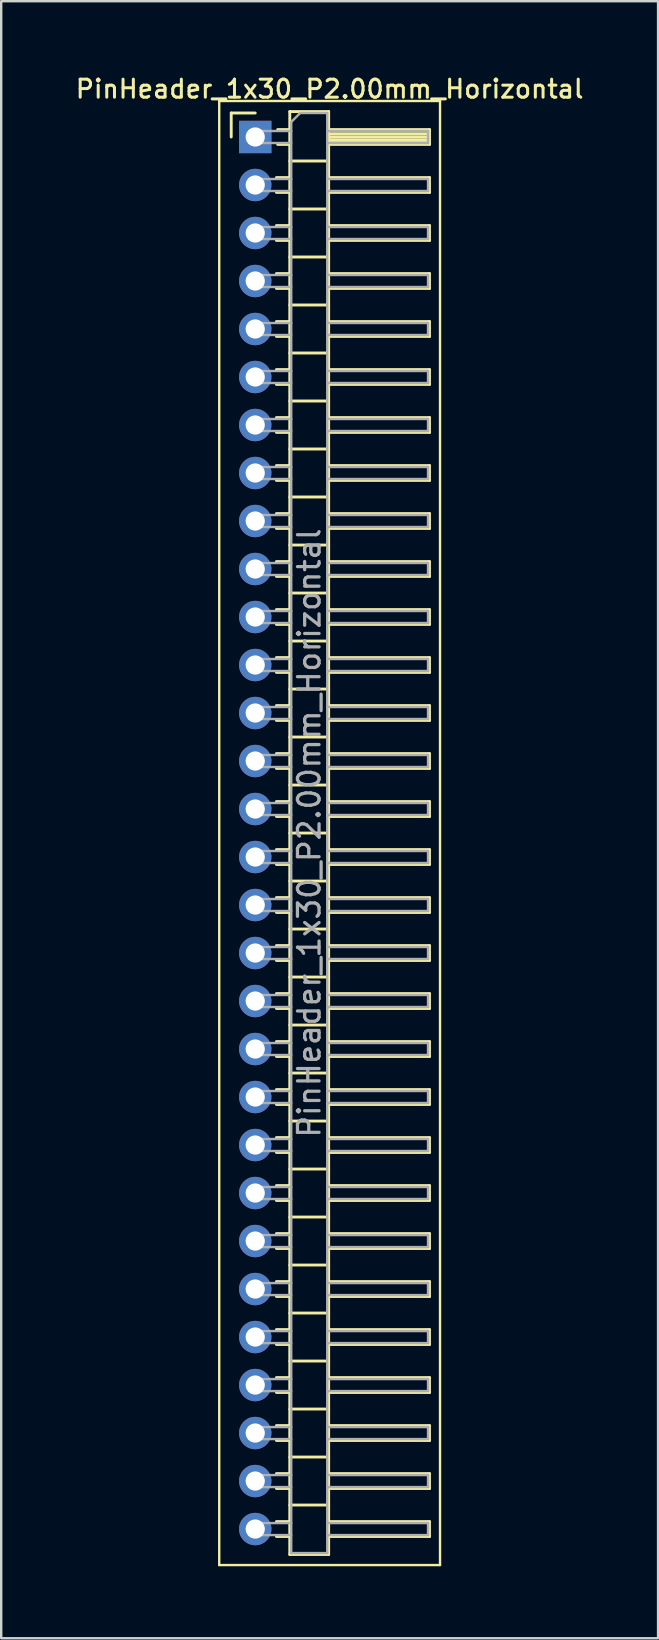
<source format=kicad_pcb>
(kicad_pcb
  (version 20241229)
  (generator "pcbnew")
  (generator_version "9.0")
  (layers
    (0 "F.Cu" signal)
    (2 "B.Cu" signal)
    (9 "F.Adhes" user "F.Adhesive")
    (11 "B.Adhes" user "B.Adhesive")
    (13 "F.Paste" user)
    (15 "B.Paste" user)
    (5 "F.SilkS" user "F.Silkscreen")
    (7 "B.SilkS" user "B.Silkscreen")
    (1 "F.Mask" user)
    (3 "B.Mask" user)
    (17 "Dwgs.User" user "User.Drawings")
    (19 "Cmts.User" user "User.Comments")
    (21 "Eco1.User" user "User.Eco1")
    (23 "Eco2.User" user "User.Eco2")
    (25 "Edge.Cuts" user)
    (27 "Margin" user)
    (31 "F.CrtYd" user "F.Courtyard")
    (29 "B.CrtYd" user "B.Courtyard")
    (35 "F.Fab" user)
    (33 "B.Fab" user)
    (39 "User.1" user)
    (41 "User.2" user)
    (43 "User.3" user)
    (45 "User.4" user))
  (footprint "PinHeader_1x30_P2.00mm_Horizontal"
    (layer "F.Cu")
    (at 7.584 2.658)
    (property "Reference" "PinHeader_1x30_P2.00mm_Horizontal" (at 3.1 -2 0) (layer "F.SilkS") (effects (font (size 0.75 0.75) (thickness 0.125))))
    (attr through_hole)
    (fp_line (start -1.5 -1.5) (end -1.5 59.5) (stroke (width 0.1) (type solid)) (layer "F.SilkS"))
    (fp_line (start -1.5 59.5) (end 7.7 59.5) (stroke (width 0.1) (type solid)) (layer "F.SilkS"))
    (fp_line (start -1 -1) (end 0 -1) (stroke (width 0.12) (type solid)) (layer "F.SilkS"))
    (fp_line (start -1 0) (end -1 -1) (stroke (width 0.12) (type solid)) (layer "F.SilkS"))
    (fp_line (start 0.882 1.69) (end 1.44 1.69) (stroke (width 0.12) (type solid)) (layer "F.SilkS"))
    (fp_line (start 0.882 2.31) (end 1.44 2.31) (stroke (width 0.12) (type solid)) (layer "F.SilkS"))
    (fp_line (start 0.882 3.69) (end 1.44 3.69) (stroke (width 0.12) (type solid)) (layer "F.SilkS"))
    (fp_line (start 0.882 4.31) (end 1.44 4.31) (stroke (width 0.12) (type solid)) (layer "F.SilkS"))
    (fp_line (start 0.882 5.69) (end 1.44 5.69) (stroke (width 0.12) (type solid)) (layer "F.SilkS"))
    (fp_line (start 0.882 6.31) (end 1.44 6.31) (stroke (width 0.12) (type solid)) (layer "F.SilkS"))
    (fp_line (start 0.882 7.69) (end 1.44 7.69) (stroke (width 0.12) (type solid)) (layer "F.SilkS"))
    (fp_line (start 0.882 8.31) (end 1.44 8.31) (stroke (width 0.12) (type solid)) (layer "F.SilkS"))
    (fp_line (start 0.882 9.69) (end 1.44 9.69) (stroke (width 0.12) (type solid)) (layer "F.SilkS"))
    (fp_line (start 0.882 10.31) (end 1.44 10.31) (stroke (width 0.12) (type solid)) (layer "F.SilkS"))
    (fp_line (start 0.882 11.69) (end 1.44 11.69) (stroke (width 0.12) (type solid)) (layer "F.SilkS"))
    (fp_line (start 0.882 12.31) (end 1.44 12.31) (stroke (width 0.12) (type solid)) (layer "F.SilkS"))
    (fp_line (start 0.882 13.69) (end 1.44 13.69) (stroke (width 0.12) (type solid)) (layer "F.SilkS"))
    (fp_line (start 0.882 14.31) (end 1.44 14.31) (stroke (width 0.12) (type solid)) (layer "F.SilkS"))
    (fp_line (start 0.882 15.69) (end 1.44 15.69) (stroke (width 0.12) (type solid)) (layer "F.SilkS"))
    (fp_line (start 0.882 16.31) (end 1.44 16.31) (stroke (width 0.12) (type solid)) (layer "F.SilkS"))
    (fp_line (start 0.882 17.69) (end 1.44 17.69) (stroke (width 0.12) (type solid)) (layer "F.SilkS"))
    (fp_line (start 0.882 18.31) (end 1.44 18.31) (stroke (width 0.12) (type solid)) (layer "F.SilkS"))
    (fp_line (start 0.882 19.69) (end 1.44 19.69) (stroke (width 0.12) (type solid)) (layer "F.SilkS"))
    (fp_line (start 0.882 20.31) (end 1.44 20.31) (stroke (width 0.12) (type solid)) (layer "F.SilkS"))
    (fp_line (start 0.882 21.69) (end 1.44 21.69) (stroke (width 0.12) (type solid)) (layer "F.SilkS"))
    (fp_line (start 0.882 22.31) (end 1.44 22.31) (stroke (width 0.12) (type solid)) (layer "F.SilkS"))
    (fp_line (start 0.882 23.69) (end 1.44 23.69) (stroke (width 0.12) (type solid)) (layer "F.SilkS"))
    (fp_line (start 0.882 24.31) (end 1.44 24.31) (stroke (width 0.12) (type solid)) (layer "F.SilkS"))
    (fp_line (start 0.882 25.69) (end 1.44 25.69) (stroke (width 0.12) (type solid)) (layer "F.SilkS"))
    (fp_line (start 0.882 26.31) (end 1.44 26.31) (stroke (width 0.12) (type solid)) (layer "F.SilkS"))
    (fp_line (start 0.882 27.69) (end 1.44 27.69) (stroke (width 0.12) (type solid)) (layer "F.SilkS"))
    (fp_line (start 0.882 28.31) (end 1.44 28.31) (stroke (width 0.12) (type solid)) (layer "F.SilkS"))
    (fp_line (start 0.882 29.69) (end 1.44 29.69) (stroke (width 0.12) (type solid)) (layer "F.SilkS"))
    (fp_line (start 0.882 30.31) (end 1.44 30.31) (stroke (width 0.12) (type solid)) (layer "F.SilkS"))
    (fp_line (start 0.882 31.69) (end 1.44 31.69) (stroke (width 0.12) (type solid)) (layer "F.SilkS"))
    (fp_line (start 0.882 32.31) (end 1.44 32.31) (stroke (width 0.12) (type solid)) (layer "F.SilkS"))
    (fp_line (start 0.882 33.69) (end 1.44 33.69) (stroke (width 0.12) (type solid)) (layer "F.SilkS"))
    (fp_line (start 0.882 34.31) (end 1.44 34.31) (stroke (width 0.12) (type solid)) (layer "F.SilkS"))
    (fp_line (start 0.882 35.69) (end 1.44 35.69) (stroke (width 0.12) (type solid)) (layer "F.SilkS"))
    (fp_line (start 0.882 36.31) (end 1.44 36.31) (stroke (width 0.12) (type solid)) (layer "F.SilkS"))
    (fp_line (start 0.882 37.69) (end 1.44 37.69) (stroke (width 0.12) (type solid)) (layer "F.SilkS"))
    (fp_line (start 0.882 38.31) (end 1.44 38.31) (stroke (width 0.12) (type solid)) (layer "F.SilkS"))
    (fp_line (start 0.882 39.69) (end 1.44 39.69) (stroke (width 0.12) (type solid)) (layer "F.SilkS"))
    (fp_line (start 0.882 40.31) (end 1.44 40.31) (stroke (width 0.12) (type solid)) (layer "F.SilkS"))
    (fp_line (start 0.882 41.69) (end 1.44 41.69) (stroke (width 0.12) (type solid)) (layer "F.SilkS"))
    (fp_line (start 0.882 42.31) (end 1.44 42.31) (stroke (width 0.12) (type solid)) (layer "F.SilkS"))
    (fp_line (start 0.882 43.69) (end 1.44 43.69) (stroke (width 0.12) (type solid)) (layer "F.SilkS"))
    (fp_line (start 0.882 44.31) (end 1.44 44.31) (stroke (width 0.12) (type solid)) (layer "F.SilkS"))
    (fp_line (start 0.882 45.69) (end 1.44 45.69) (stroke (width 0.12) (type solid)) (layer "F.SilkS"))
    (fp_line (start 0.882 46.31) (end 1.44 46.31) (stroke (width 0.12) (type solid)) (layer "F.SilkS"))
    (fp_line (start 0.882 47.69) (end 1.44 47.69) (stroke (width 0.12) (type solid)) (layer "F.SilkS"))
    (fp_line (start 0.882 48.31) (end 1.44 48.31) (stroke (width 0.12) (type solid)) (layer "F.SilkS"))
    (fp_line (start 0.882 49.69) (end 1.44 49.69) (stroke (width 0.12) (type solid)) (layer "F.SilkS"))
    (fp_line (start 0.882 50.31) (end 1.44 50.31) (stroke (width 0.12) (type solid)) (layer "F.SilkS"))
    (fp_line (start 0.882 51.69) (end 1.44 51.69) (stroke (width 0.12) (type solid)) (layer "F.SilkS"))
    (fp_line (start 0.882 52.31) (end 1.44 52.31) (stroke (width 0.12) (type solid)) (layer "F.SilkS"))
    (fp_line (start 0.882 53.69) (end 1.44 53.69) (stroke (width 0.12) (type solid)) (layer "F.SilkS"))
    (fp_line (start 0.882 54.31) (end 1.44 54.31) (stroke (width 0.12) (type solid)) (layer "F.SilkS"))
    (fp_line (start 0.882 55.69) (end 1.44 55.69) (stroke (width 0.12) (type solid)) (layer "F.SilkS"))
    (fp_line (start 0.882 56.31) (end 1.44 56.31) (stroke (width 0.12) (type solid)) (layer "F.SilkS"))
    (fp_line (start 0.882 57.69) (end 1.44 57.69) (stroke (width 0.12) (type solid)) (layer "F.SilkS"))
    (fp_line (start 0.882 58.31) (end 1.44 58.31) (stroke (width 0.12) (type solid)) (layer "F.SilkS"))
    (fp_line (start 0.935 -0.31) (end 1.44 -0.31) (stroke (width 0.12) (type solid)) (layer "F.SilkS"))
    (fp_line (start 0.935 0.31) (end 1.44 0.31) (stroke (width 0.12) (type solid)) (layer "F.SilkS"))
    (fp_line (start 1.44 -1.06) (end 1.44 59.06) (stroke (width 0.12) (type solid)) (layer "F.SilkS"))
    (fp_line (start 1.44 1) (end 3.06 1) (stroke (width 0.12) (type solid)) (layer "F.SilkS"))
    (fp_line (start 1.44 3) (end 3.06 3) (stroke (width 0.12) (type solid)) (layer "F.SilkS"))
    (fp_line (start 1.44 5) (end 3.06 5) (stroke (width 0.12) (type solid)) (layer "F.SilkS"))
    (fp_line (start 1.44 7) (end 3.06 7) (stroke (width 0.12) (type solid)) (layer "F.SilkS"))
    (fp_line (start 1.44 9) (end 3.06 9) (stroke (width 0.12) (type solid)) (layer "F.SilkS"))
    (fp_line (start 1.44 11) (end 3.06 11) (stroke (width 0.12) (type solid)) (layer "F.SilkS"))
    (fp_line (start 1.44 13) (end 3.06 13) (stroke (width 0.12) (type solid)) (layer "F.SilkS"))
    (fp_line (start 1.44 15) (end 3.06 15) (stroke (width 0.12) (type solid)) (layer "F.SilkS"))
    (fp_line (start 1.44 17) (end 3.06 17) (stroke (width 0.12) (type solid)) (layer "F.SilkS"))
    (fp_line (start 1.44 19) (end 3.06 19) (stroke (width 0.12) (type solid)) (layer "F.SilkS"))
    (fp_line (start 1.44 21) (end 3.06 21) (stroke (width 0.12) (type solid)) (layer "F.SilkS"))
    (fp_line (start 1.44 23) (end 3.06 23) (stroke (width 0.12) (type solid)) (layer "F.SilkS"))
    (fp_line (start 1.44 25) (end 3.06 25) (stroke (width 0.12) (type solid)) (layer "F.SilkS"))
    (fp_line (start 1.44 27) (end 3.06 27) (stroke (width 0.12) (type solid)) (layer "F.SilkS"))
    (fp_line (start 1.44 29) (end 3.06 29) (stroke (width 0.12) (type solid)) (layer "F.SilkS"))
    (fp_line (start 1.44 31) (end 3.06 31) (stroke (width 0.12) (type solid)) (layer "F.SilkS"))
    (fp_line (start 1.44 33) (end 3.06 33) (stroke (width 0.12) (type solid)) (layer "F.SilkS"))
    (fp_line (start 1.44 35) (end 3.06 35) (stroke (width 0.12) (type solid)) (layer "F.SilkS"))
    (fp_line (start 1.44 37) (end 3.06 37) (stroke (width 0.12) (type solid)) (layer "F.SilkS"))
    (fp_line (start 1.44 39) (end 3.06 39) (stroke (width 0.12) (type solid)) (layer "F.SilkS"))
    (fp_line (start 1.44 41) (end 3.06 41) (stroke (width 0.12) (type solid)) (layer "F.SilkS"))
    (fp_line (start 1.44 43) (end 3.06 43) (stroke (width 0.12) (type solid)) (layer "F.SilkS"))
    (fp_line (start 1.44 45) (end 3.06 45) (stroke (width 0.12) (type solid)) (layer "F.SilkS"))
    (fp_line (start 1.44 47) (end 3.06 47) (stroke (width 0.12) (type solid)) (layer "F.SilkS"))
    (fp_line (start 1.44 49) (end 3.06 49) (stroke (width 0.12) (type solid)) (layer "F.SilkS"))
    (fp_line (start 1.44 51) (end 3.06 51) (stroke (width 0.12) (type solid)) (layer "F.SilkS"))
    (fp_line (start 1.44 53) (end 3.06 53) (stroke (width 0.12) (type solid)) (layer "F.SilkS"))
    (fp_line (start 1.44 55) (end 3.06 55) (stroke (width 0.12) (type solid)) (layer "F.SilkS"))
    (fp_line (start 1.44 57) (end 3.06 57) (stroke (width 0.12) (type solid)) (layer "F.SilkS"))
    (fp_line (start 1.44 59.06) (end 3.06 59.06) (stroke (width 0.12) (type solid)) (layer "F.SilkS"))
    (fp_line (start 3.06 -1.06) (end 1.44 -1.06) (stroke (width 0.12) (type solid)) (layer "F.SilkS"))
    (fp_line (start 3.06 -0.31) (end 7.26 -0.31) (stroke (width 0.12) (type solid)) (layer "F.SilkS"))
    (fp_line (start 3.06 -0.25) (end 7.26 -0.25) (stroke (width 0.12) (type solid)) (layer "F.SilkS"))
    (fp_line (start 3.06 -0.13) (end 7.26 -0.13) (stroke (width 0.12) (type solid)) (layer "F.SilkS"))
    (fp_line (start 3.06 -0.01) (end 7.26 -0.01) (stroke (width 0.12) (type solid)) (layer "F.SilkS"))
    (fp_line (start 3.06 0.11) (end 7.26 0.11) (stroke (width 0.12) (type solid)) (layer "F.SilkS"))
    (fp_line (start 3.06 0.23) (end 7.26 0.23) (stroke (width 0.12) (type solid)) (layer "F.SilkS"))
    (fp_line (start 3.06 1.69) (end 7.26 1.69) (stroke (width 0.12) (type solid)) (layer "F.SilkS"))
    (fp_line (start 3.06 3.69) (end 7.26 3.69) (stroke (width 0.12) (type solid)) (layer "F.SilkS"))
    (fp_line (start 3.06 5.69) (end 7.26 5.69) (stroke (width 0.12) (type solid)) (layer "F.SilkS"))
    (fp_line (start 3.06 7.69) (end 7.26 7.69) (stroke (width 0.12) (type solid)) (layer "F.SilkS"))
    (fp_line (start 3.06 9.69) (end 7.26 9.69) (stroke (width 0.12) (type solid)) (layer "F.SilkS"))
    (fp_line (start 3.06 11.69) (end 7.26 11.69) (stroke (width 0.12) (type solid)) (layer "F.SilkS"))
    (fp_line (start 3.06 13.69) (end 7.26 13.69) (stroke (width 0.12) (type solid)) (layer "F.SilkS"))
    (fp_line (start 3.06 15.69) (end 7.26 15.69) (stroke (width 0.12) (type solid)) (layer "F.SilkS"))
    (fp_line (start 3.06 17.69) (end 7.26 17.69) (stroke (width 0.12) (type solid)) (layer "F.SilkS"))
    (fp_line (start 3.06 19.69) (end 7.26 19.69) (stroke (width 0.12) (type solid)) (layer "F.SilkS"))
    (fp_line (start 3.06 21.69) (end 7.26 21.69) (stroke (width 0.12) (type solid)) (layer "F.SilkS"))
    (fp_line (start 3.06 23.69) (end 7.26 23.69) (stroke (width 0.12) (type solid)) (layer "F.SilkS"))
    (fp_line (start 3.06 25.69) (end 7.26 25.69) (stroke (width 0.12) (type solid)) (layer "F.SilkS"))
    (fp_line (start 3.06 27.69) (end 7.26 27.69) (stroke (width 0.12) (type solid)) (layer "F.SilkS"))
    (fp_line (start 3.06 29.69) (end 7.26 29.69) (stroke (width 0.12) (type solid)) (layer "F.SilkS"))
    (fp_line (start 3.06 31.69) (end 7.26 31.69) (stroke (width 0.12) (type solid)) (layer "F.SilkS"))
    (fp_line (start 3.06 33.69) (end 7.26 33.69) (stroke (width 0.12) (type solid)) (layer "F.SilkS"))
    (fp_line (start 3.06 35.69) (end 7.26 35.69) (stroke (width 0.12) (type solid)) (layer "F.SilkS"))
    (fp_line (start 3.06 37.69) (end 7.26 37.69) (stroke (width 0.12) (type solid)) (layer "F.SilkS"))
    (fp_line (start 3.06 39.69) (end 7.26 39.69) (stroke (width 0.12) (type solid)) (layer "F.SilkS"))
    (fp_line (start 3.06 41.69) (end 7.26 41.69) (stroke (width 0.12) (type solid)) (layer "F.SilkS"))
    (fp_line (start 3.06 43.69) (end 7.26 43.69) (stroke (width 0.12) (type solid)) (layer "F.SilkS"))
    (fp_line (start 3.06 45.69) (end 7.26 45.69) (stroke (width 0.12) (type solid)) (layer "F.SilkS"))
    (fp_line (start 3.06 47.69) (end 7.26 47.69) (stroke (width 0.12) (type solid)) (layer "F.SilkS"))
    (fp_line (start 3.06 49.69) (end 7.26 49.69) (stroke (width 0.12) (type solid)) (layer "F.SilkS"))
    (fp_line (start 3.06 51.69) (end 7.26 51.69) (stroke (width 0.12) (type solid)) (layer "F.SilkS"))
    (fp_line (start 3.06 53.69) (end 7.26 53.69) (stroke (width 0.12) (type solid)) (layer "F.SilkS"))
    (fp_line (start 3.06 55.69) (end 7.26 55.69) (stroke (width 0.12) (type solid)) (layer "F.SilkS"))
    (fp_line (start 3.06 57.69) (end 7.26 57.69) (stroke (width 0.12) (type solid)) (layer "F.SilkS"))
    (fp_line (start 3.06 59.06) (end 3.06 -1.06) (stroke (width 0.12) (type solid)) (layer "F.SilkS"))
    (fp_line (start 7.26 -0.31) (end 7.26 0.31) (stroke (width 0.12) (type solid)) (layer "F.SilkS"))
    (fp_line (start 7.26 0.31) (end 3.06 0.31) (stroke (width 0.12) (type solid)) (layer "F.SilkS"))
    (fp_line (start 7.26 1.69) (end 7.26 2.31) (stroke (width 0.12) (type solid)) (layer "F.SilkS"))
    (fp_line (start 7.26 2.31) (end 3.06 2.31) (stroke (width 0.12) (type solid)) (layer "F.SilkS"))
    (fp_line (start 7.26 3.69) (end 7.26 4.31) (stroke (width 0.12) (type solid)) (layer "F.SilkS"))
    (fp_line (start 7.26 4.31) (end 3.06 4.31) (stroke (width 0.12) (type solid)) (layer "F.SilkS"))
    (fp_line (start 7.26 5.69) (end 7.26 6.31) (stroke (width 0.12) (type solid)) (layer "F.SilkS"))
    (fp_line (start 7.26 6.31) (end 3.06 6.31) (stroke (width 0.12) (type solid)) (layer "F.SilkS"))
    (fp_line (start 7.26 7.69) (end 7.26 8.31) (stroke (width 0.12) (type solid)) (layer "F.SilkS"))
    (fp_line (start 7.26 8.31) (end 3.06 8.31) (stroke (width 0.12) (type solid)) (layer "F.SilkS"))
    (fp_line (start 7.26 9.69) (end 7.26 10.31) (stroke (width 0.12) (type solid)) (layer "F.SilkS"))
    (fp_line (start 7.26 10.31) (end 3.06 10.31) (stroke (width 0.12) (type solid)) (layer "F.SilkS"))
    (fp_line (start 7.26 11.69) (end 7.26 12.31) (stroke (width 0.12) (type solid)) (layer "F.SilkS"))
    (fp_line (start 7.26 12.31) (end 3.06 12.31) (stroke (width 0.12) (type solid)) (layer "F.SilkS"))
    (fp_line (start 7.26 13.69) (end 7.26 14.31) (stroke (width 0.12) (type solid)) (layer "F.SilkS"))
    (fp_line (start 7.26 14.31) (end 3.06 14.31) (stroke (width 0.12) (type solid)) (layer "F.SilkS"))
    (fp_line (start 7.26 15.69) (end 7.26 16.31) (stroke (width 0.12) (type solid)) (layer "F.SilkS"))
    (fp_line (start 7.26 16.31) (end 3.06 16.31) (stroke (width 0.12) (type solid)) (layer "F.SilkS"))
    (fp_line (start 7.26 17.69) (end 7.26 18.31) (stroke (width 0.12) (type solid)) (layer "F.SilkS"))
    (fp_line (start 7.26 18.31) (end 3.06 18.31) (stroke (width 0.12) (type solid)) (layer "F.SilkS"))
    (fp_line (start 7.26 19.69) (end 7.26 20.31) (stroke (width 0.12) (type solid)) (layer "F.SilkS"))
    (fp_line (start 7.26 20.31) (end 3.06 20.31) (stroke (width 0.12) (type solid)) (layer "F.SilkS"))
    (fp_line (start 7.26 21.69) (end 7.26 22.31) (stroke (width 0.12) (type solid)) (layer "F.SilkS"))
    (fp_line (start 7.26 22.31) (end 3.06 22.31) (stroke (width 0.12) (type solid)) (layer "F.SilkS"))
    (fp_line (start 7.26 23.69) (end 7.26 24.31) (stroke (width 0.12) (type solid)) (layer "F.SilkS"))
    (fp_line (start 7.26 24.31) (end 3.06 24.31) (stroke (width 0.12) (type solid)) (layer "F.SilkS"))
    (fp_line (start 7.26 25.69) (end 7.26 26.31) (stroke (width 0.12) (type solid)) (layer "F.SilkS"))
    (fp_line (start 7.26 26.31) (end 3.06 26.31) (stroke (width 0.12) (type solid)) (layer "F.SilkS"))
    (fp_line (start 7.26 27.69) (end 7.26 28.31) (stroke (width 0.12) (type solid)) (layer "F.SilkS"))
    (fp_line (start 7.26 28.31) (end 3.06 28.31) (stroke (width 0.12) (type solid)) (layer "F.SilkS"))
    (fp_line (start 7.26 29.69) (end 7.26 30.31) (stroke (width 0.12) (type solid)) (layer "F.SilkS"))
    (fp_line (start 7.26 30.31) (end 3.06 30.31) (stroke (width 0.12) (type solid)) (layer "F.SilkS"))
    (fp_line (start 7.26 31.69) (end 7.26 32.31) (stroke (width 0.12) (type solid)) (layer "F.SilkS"))
    (fp_line (start 7.26 32.31) (end 3.06 32.31) (stroke (width 0.12) (type solid)) (layer "F.SilkS"))
    (fp_line (start 7.26 33.69) (end 7.26 34.31) (stroke (width 0.12) (type solid)) (layer "F.SilkS"))
    (fp_line (start 7.26 34.31) (end 3.06 34.31) (stroke (width 0.12) (type solid)) (layer "F.SilkS"))
    (fp_line (start 7.26 35.69) (end 7.26 36.31) (stroke (width 0.12) (type solid)) (layer "F.SilkS"))
    (fp_line (start 7.26 36.31) (end 3.06 36.31) (stroke (width 0.12) (type solid)) (layer "F.SilkS"))
    (fp_line (start 7.26 37.69) (end 7.26 38.31) (stroke (width 0.12) (type solid)) (layer "F.SilkS"))
    (fp_line (start 7.26 38.31) (end 3.06 38.31) (stroke (width 0.12) (type solid)) (layer "F.SilkS"))
    (fp_line (start 7.26 39.69) (end 7.26 40.31) (stroke (width 0.12) (type solid)) (layer "F.SilkS"))
    (fp_line (start 7.26 40.31) (end 3.06 40.31) (stroke (width 0.12) (type solid)) (layer "F.SilkS"))
    (fp_line (start 7.26 41.69) (end 7.26 42.31) (stroke (width 0.12) (type solid)) (layer "F.SilkS"))
    (fp_line (start 7.26 42.31) (end 3.06 42.31) (stroke (width 0.12) (type solid)) (layer "F.SilkS"))
    (fp_line (start 7.26 43.69) (end 7.26 44.31) (stroke (width 0.12) (type solid)) (layer "F.SilkS"))
    (fp_line (start 7.26 44.31) (end 3.06 44.31) (stroke (width 0.12) (type solid)) (layer "F.SilkS"))
    (fp_line (start 7.26 45.69) (end 7.26 46.31) (stroke (width 0.12) (type solid)) (layer "F.SilkS"))
    (fp_line (start 7.26 46.31) (end 3.06 46.31) (stroke (width 0.12) (type solid)) (layer "F.SilkS"))
    (fp_line (start 7.26 47.69) (end 7.26 48.31) (stroke (width 0.12) (type solid)) (layer "F.SilkS"))
    (fp_line (start 7.26 48.31) (end 3.06 48.31) (stroke (width 0.12) (type solid)) (layer "F.SilkS"))
    (fp_line (start 7.26 49.69) (end 7.26 50.31) (stroke (width 0.12) (type solid)) (layer "F.SilkS"))
    (fp_line (start 7.26 50.31) (end 3.06 50.31) (stroke (width 0.12) (type solid)) (layer "F.SilkS"))
    (fp_line (start 7.26 51.69) (end 7.26 52.31) (stroke (width 0.12) (type solid)) (layer "F.SilkS"))
    (fp_line (start 7.26 52.31) (end 3.06 52.31) (stroke (width 0.12) (type solid)) (layer "F.SilkS"))
    (fp_line (start 7.26 53.69) (end 7.26 54.31) (stroke (width 0.12) (type solid)) (layer "F.SilkS"))
    (fp_line (start 7.26 54.31) (end 3.06 54.31) (stroke (width 0.12) (type solid)) (layer "F.SilkS"))
    (fp_line (start 7.26 55.69) (end 7.26 56.31) (stroke (width 0.12) (type solid)) (layer "F.SilkS"))
    (fp_line (start 7.26 56.31) (end 3.06 56.31) (stroke (width 0.12) (type solid)) (layer "F.SilkS"))
    (fp_line (start 7.26 57.69) (end 7.26 58.31) (stroke (width 0.12) (type solid)) (layer "F.SilkS"))
    (fp_line (start 7.26 58.31) (end 3.06 58.31) (stroke (width 0.12) (type solid)) (layer "F.SilkS"))
    (fp_line (start 7.7 -1.5) (end -1.5 -1.5) (stroke (width 0.1) (type solid)) (layer "F.SilkS"))
    (fp_line (start 7.7 59.5) (end 7.7 -1.5) (stroke (width 0.1) (type solid)) (layer "F.SilkS"))
    (fp_line (start -0.25 -0.25) (end -0.25 0.25) (stroke (width 0.1) (type solid)) (layer "F.Fab"))
    (fp_line (start -0.25 -0.25) (end 1.5 -0.25) (stroke (width 0.1) (type solid)) (layer "F.Fab"))
    (fp_line (start -0.25 0.25) (end 1.5 0.25) (stroke (width 0.1) (type solid)) (layer "F.Fab"))
    (fp_line (start -0.25 1.75) (end -0.25 2.25) (stroke (width 0.1) (type solid)) (layer "F.Fab"))
    (fp_line (start -0.25 1.75) (end 1.5 1.75) (stroke (width 0.1) (type solid)) (layer "F.Fab"))
    (fp_line (start -0.25 2.25) (end 1.5 2.25) (stroke (width 0.1) (type solid)) (layer "F.Fab"))
    (fp_line (start -0.25 3.75) (end -0.25 4.25) (stroke (width 0.1) (type solid)) (layer "F.Fab"))
    (fp_line (start -0.25 3.75) (end 1.5 3.75) (stroke (width 0.1) (type solid)) (layer "F.Fab"))
    (fp_line (start -0.25 4.25) (end 1.5 4.25) (stroke (width 0.1) (type solid)) (layer "F.Fab"))
    (fp_line (start -0.25 5.75) (end -0.25 6.25) (stroke (width 0.1) (type solid)) (layer "F.Fab"))
    (fp_line (start -0.25 5.75) (end 1.5 5.75) (stroke (width 0.1) (type solid)) (layer "F.Fab"))
    (fp_line (start -0.25 6.25) (end 1.5 6.25) (stroke (width 0.1) (type solid)) (layer "F.Fab"))
    (fp_line (start -0.25 7.75) (end -0.25 8.25) (stroke (width 0.1) (type solid)) (layer "F.Fab"))
    (fp_line (start -0.25 7.75) (end 1.5 7.75) (stroke (width 0.1) (type solid)) (layer "F.Fab"))
    (fp_line (start -0.25 8.25) (end 1.5 8.25) (stroke (width 0.1) (type solid)) (layer "F.Fab"))
    (fp_line (start -0.25 9.75) (end -0.25 10.25) (stroke (width 0.1) (type solid)) (layer "F.Fab"))
    (fp_line (start -0.25 9.75) (end 1.5 9.75) (stroke (width 0.1) (type solid)) (layer "F.Fab"))
    (fp_line (start -0.25 10.25) (end 1.5 10.25) (stroke (width 0.1) (type solid)) (layer "F.Fab"))
    (fp_line (start -0.25 11.75) (end -0.25 12.25) (stroke (width 0.1) (type solid)) (layer "F.Fab"))
    (fp_line (start -0.25 11.75) (end 1.5 11.75) (stroke (width 0.1) (type solid)) (layer "F.Fab"))
    (fp_line (start -0.25 12.25) (end 1.5 12.25) (stroke (width 0.1) (type solid)) (layer "F.Fab"))
    (fp_line (start -0.25 13.75) (end -0.25 14.25) (stroke (width 0.1) (type solid)) (layer "F.Fab"))
    (fp_line (start -0.25 13.75) (end 1.5 13.75) (stroke (width 0.1) (type solid)) (layer "F.Fab"))
    (fp_line (start -0.25 14.25) (end 1.5 14.25) (stroke (width 0.1) (type solid)) (layer "F.Fab"))
    (fp_line (start -0.25 15.75) (end -0.25 16.25) (stroke (width 0.1) (type solid)) (layer "F.Fab"))
    (fp_line (start -0.25 15.75) (end 1.5 15.75) (stroke (width 0.1) (type solid)) (layer "F.Fab"))
    (fp_line (start -0.25 16.25) (end 1.5 16.25) (stroke (width 0.1) (type solid)) (layer "F.Fab"))
    (fp_line (start -0.25 17.75) (end -0.25 18.25) (stroke (width 0.1) (type solid)) (layer "F.Fab"))
    (fp_line (start -0.25 17.75) (end 1.5 17.75) (stroke (width 0.1) (type solid)) (layer "F.Fab"))
    (fp_line (start -0.25 18.25) (end 1.5 18.25) (stroke (width 0.1) (type solid)) (layer "F.Fab"))
    (fp_line (start -0.25 19.75) (end -0.25 20.25) (stroke (width 0.1) (type solid)) (layer "F.Fab"))
    (fp_line (start -0.25 19.75) (end 1.5 19.75) (stroke (width 0.1) (type solid)) (layer "F.Fab"))
    (fp_line (start -0.25 20.25) (end 1.5 20.25) (stroke (width 0.1) (type solid)) (layer "F.Fab"))
    (fp_line (start -0.25 21.75) (end -0.25 22.25) (stroke (width 0.1) (type solid)) (layer "F.Fab"))
    (fp_line (start -0.25 21.75) (end 1.5 21.75) (stroke (width 0.1) (type solid)) (layer "F.Fab"))
    (fp_line (start -0.25 22.25) (end 1.5 22.25) (stroke (width 0.1) (type solid)) (layer "F.Fab"))
    (fp_line (start -0.25 23.75) (end -0.25 24.25) (stroke (width 0.1) (type solid)) (layer "F.Fab"))
    (fp_line (start -0.25 23.75) (end 1.5 23.75) (stroke (width 0.1) (type solid)) (layer "F.Fab"))
    (fp_line (start -0.25 24.25) (end 1.5 24.25) (stroke (width 0.1) (type solid)) (layer "F.Fab"))
    (fp_line (start -0.25 25.75) (end -0.25 26.25) (stroke (width 0.1) (type solid)) (layer "F.Fab"))
    (fp_line (start -0.25 25.75) (end 1.5 25.75) (stroke (width 0.1) (type solid)) (layer "F.Fab"))
    (fp_line (start -0.25 26.25) (end 1.5 26.25) (stroke (width 0.1) (type solid)) (layer "F.Fab"))
    (fp_line (start -0.25 27.75) (end -0.25 28.25) (stroke (width 0.1) (type solid)) (layer "F.Fab"))
    (fp_line (start -0.25 27.75) (end 1.5 27.75) (stroke (width 0.1) (type solid)) (layer "F.Fab"))
    (fp_line (start -0.25 28.25) (end 1.5 28.25) (stroke (width 0.1) (type solid)) (layer "F.Fab"))
    (fp_line (start -0.25 29.75) (end -0.25 30.25) (stroke (width 0.1) (type solid)) (layer "F.Fab"))
    (fp_line (start -0.25 29.75) (end 1.5 29.75) (stroke (width 0.1) (type solid)) (layer "F.Fab"))
    (fp_line (start -0.25 30.25) (end 1.5 30.25) (stroke (width 0.1) (type solid)) (layer "F.Fab"))
    (fp_line (start -0.25 31.75) (end -0.25 32.25) (stroke (width 0.1) (type solid)) (layer "F.Fab"))
    (fp_line (start -0.25 31.75) (end 1.5 31.75) (stroke (width 0.1) (type solid)) (layer "F.Fab"))
    (fp_line (start -0.25 32.25) (end 1.5 32.25) (stroke (width 0.1) (type solid)) (layer "F.Fab"))
    (fp_line (start -0.25 33.75) (end -0.25 34.25) (stroke (width 0.1) (type solid)) (layer "F.Fab"))
    (fp_line (start -0.25 33.75) (end 1.5 33.75) (stroke (width 0.1) (type solid)) (layer "F.Fab"))
    (fp_line (start -0.25 34.25) (end 1.5 34.25) (stroke (width 0.1) (type solid)) (layer "F.Fab"))
    (fp_line (start -0.25 35.75) (end -0.25 36.25) (stroke (width 0.1) (type solid)) (layer "F.Fab"))
    (fp_line (start -0.25 35.75) (end 1.5 35.75) (stroke (width 0.1) (type solid)) (layer "F.Fab"))
    (fp_line (start -0.25 36.25) (end 1.5 36.25) (stroke (width 0.1) (type solid)) (layer "F.Fab"))
    (fp_line (start -0.25 37.75) (end -0.25 38.25) (stroke (width 0.1) (type solid)) (layer "F.Fab"))
    (fp_line (start -0.25 37.75) (end 1.5 37.75) (stroke (width 0.1) (type solid)) (layer "F.Fab"))
    (fp_line (start -0.25 38.25) (end 1.5 38.25) (stroke (width 0.1) (type solid)) (layer "F.Fab"))
    (fp_line (start -0.25 39.75) (end -0.25 40.25) (stroke (width 0.1) (type solid)) (layer "F.Fab"))
    (fp_line (start -0.25 39.75) (end 1.5 39.75) (stroke (width 0.1) (type solid)) (layer "F.Fab"))
    (fp_line (start -0.25 40.25) (end 1.5 40.25) (stroke (width 0.1) (type solid)) (layer "F.Fab"))
    (fp_line (start -0.25 41.75) (end -0.25 42.25) (stroke (width 0.1) (type solid)) (layer "F.Fab"))
    (fp_line (start -0.25 41.75) (end 1.5 41.75) (stroke (width 0.1) (type solid)) (layer "F.Fab"))
    (fp_line (start -0.25 42.25) (end 1.5 42.25) (stroke (width 0.1) (type solid)) (layer "F.Fab"))
    (fp_line (start -0.25 43.75) (end -0.25 44.25) (stroke (width 0.1) (type solid)) (layer "F.Fab"))
    (fp_line (start -0.25 43.75) (end 1.5 43.75) (stroke (width 0.1) (type solid)) (layer "F.Fab"))
    (fp_line (start -0.25 44.25) (end 1.5 44.25) (stroke (width 0.1) (type solid)) (layer "F.Fab"))
    (fp_line (start -0.25 45.75) (end -0.25 46.25) (stroke (width 0.1) (type solid)) (layer "F.Fab"))
    (fp_line (start -0.25 45.75) (end 1.5 45.75) (stroke (width 0.1) (type solid)) (layer "F.Fab"))
    (fp_line (start -0.25 46.25) (end 1.5 46.25) (stroke (width 0.1) (type solid)) (layer "F.Fab"))
    (fp_line (start -0.25 47.75) (end -0.25 48.25) (stroke (width 0.1) (type solid)) (layer "F.Fab"))
    (fp_line (start -0.25 47.75) (end 1.5 47.75) (stroke (width 0.1) (type solid)) (layer "F.Fab"))
    (fp_line (start -0.25 48.25) (end 1.5 48.25) (stroke (width 0.1) (type solid)) (layer "F.Fab"))
    (fp_line (start -0.25 49.75) (end -0.25 50.25) (stroke (width 0.1) (type solid)) (layer "F.Fab"))
    (fp_line (start -0.25 49.75) (end 1.5 49.75) (stroke (width 0.1) (type solid)) (layer "F.Fab"))
    (fp_line (start -0.25 50.25) (end 1.5 50.25) (stroke (width 0.1) (type solid)) (layer "F.Fab"))
    (fp_line (start -0.25 51.75) (end -0.25 52.25) (stroke (width 0.1) (type solid)) (layer "F.Fab"))
    (fp_line (start -0.25 51.75) (end 1.5 51.75) (stroke (width 0.1) (type solid)) (layer "F.Fab"))
    (fp_line (start -0.25 52.25) (end 1.5 52.25) (stroke (width 0.1) (type solid)) (layer "F.Fab"))
    (fp_line (start -0.25 53.75) (end -0.25 54.25) (stroke (width 0.1) (type solid)) (layer "F.Fab"))
    (fp_line (start -0.25 53.75) (end 1.5 53.75) (stroke (width 0.1) (type solid)) (layer "F.Fab"))
    (fp_line (start -0.25 54.25) (end 1.5 54.25) (stroke (width 0.1) (type solid)) (layer "F.Fab"))
    (fp_line (start -0.25 55.75) (end -0.25 56.25) (stroke (width 0.1) (type solid)) (layer "F.Fab"))
    (fp_line (start -0.25 55.75) (end 1.5 55.75) (stroke (width 0.1) (type solid)) (layer "F.Fab"))
    (fp_line (start -0.25 56.25) (end 1.5 56.25) (stroke (width 0.1) (type solid)) (layer "F.Fab"))
    (fp_line (start -0.25 57.75) (end -0.25 58.25) (stroke (width 0.1) (type solid)) (layer "F.Fab"))
    (fp_line (start -0.25 57.75) (end 1.5 57.75) (stroke (width 0.1) (type solid)) (layer "F.Fab"))
    (fp_line (start -0.25 58.25) (end 1.5 58.25) (stroke (width 0.1) (type solid)) (layer "F.Fab"))
    (fp_line (start 1.5 -0.625) (end 1.875 -1) (stroke (width 0.1) (type solid)) (layer "F.Fab"))
    (fp_line (start 1.5 59) (end 1.5 -0.625) (stroke (width 0.1) (type solid)) (layer "F.Fab"))
    (fp_line (start 1.875 -1) (end 3 -1) (stroke (width 0.1) (type solid)) (layer "F.Fab"))
    (fp_line (start 3 -1) (end 3 59) (stroke (width 0.1) (type solid)) (layer "F.Fab"))
    (fp_line (start 3 -0.25) (end 7.2 -0.25) (stroke (width 0.1) (type solid)) (layer "F.Fab"))
    (fp_line (start 3 0.25) (end 7.2 0.25) (stroke (width 0.1) (type solid)) (layer "F.Fab"))
    (fp_line (start 3 1.75) (end 7.2 1.75) (stroke (width 0.1) (type solid)) (layer "F.Fab"))
    (fp_line (start 3 2.25) (end 7.2 2.25) (stroke (width 0.1) (type solid)) (layer "F.Fab"))
    (fp_line (start 3 3.75) (end 7.2 3.75) (stroke (width 0.1) (type solid)) (layer "F.Fab"))
    (fp_line (start 3 4.25) (end 7.2 4.25) (stroke (width 0.1) (type solid)) (layer "F.Fab"))
    (fp_line (start 3 5.75) (end 7.2 5.75) (stroke (width 0.1) (type solid)) (layer "F.Fab"))
    (fp_line (start 3 6.25) (end 7.2 6.25) (stroke (width 0.1) (type solid)) (layer "F.Fab"))
    (fp_line (start 3 7.75) (end 7.2 7.75) (stroke (width 0.1) (type solid)) (layer "F.Fab"))
    (fp_line (start 3 8.25) (end 7.2 8.25) (stroke (width 0.1) (type solid)) (layer "F.Fab"))
    (fp_line (start 3 9.75) (end 7.2 9.75) (stroke (width 0.1) (type solid)) (layer "F.Fab"))
    (fp_line (start 3 10.25) (end 7.2 10.25) (stroke (width 0.1) (type solid)) (layer "F.Fab"))
    (fp_line (start 3 11.75) (end 7.2 11.75) (stroke (width 0.1) (type solid)) (layer "F.Fab"))
    (fp_line (start 3 12.25) (end 7.2 12.25) (stroke (width 0.1) (type solid)) (layer "F.Fab"))
    (fp_line (start 3 13.75) (end 7.2 13.75) (stroke (width 0.1) (type solid)) (layer "F.Fab"))
    (fp_line (start 3 14.25) (end 7.2 14.25) (stroke (width 0.1) (type solid)) (layer "F.Fab"))
    (fp_line (start 3 15.75) (end 7.2 15.75) (stroke (width 0.1) (type solid)) (layer "F.Fab"))
    (fp_line (start 3 16.25) (end 7.2 16.25) (stroke (width 0.1) (type solid)) (layer "F.Fab"))
    (fp_line (start 3 17.75) (end 7.2 17.75) (stroke (width 0.1) (type solid)) (layer "F.Fab"))
    (fp_line (start 3 18.25) (end 7.2 18.25) (stroke (width 0.1) (type solid)) (layer "F.Fab"))
    (fp_line (start 3 19.75) (end 7.2 19.75) (stroke (width 0.1) (type solid)) (layer "F.Fab"))
    (fp_line (start 3 20.25) (end 7.2 20.25) (stroke (width 0.1) (type solid)) (layer "F.Fab"))
    (fp_line (start 3 21.75) (end 7.2 21.75) (stroke (width 0.1) (type solid)) (layer "F.Fab"))
    (fp_line (start 3 22.25) (end 7.2 22.25) (stroke (width 0.1) (type solid)) (layer "F.Fab"))
    (fp_line (start 3 23.75) (end 7.2 23.75) (stroke (width 0.1) (type solid)) (layer "F.Fab"))
    (fp_line (start 3 24.25) (end 7.2 24.25) (stroke (width 0.1) (type solid)) (layer "F.Fab"))
    (fp_line (start 3 25.75) (end 7.2 25.75) (stroke (width 0.1) (type solid)) (layer "F.Fab"))
    (fp_line (start 3 26.25) (end 7.2 26.25) (stroke (width 0.1) (type solid)) (layer "F.Fab"))
    (fp_line (start 3 27.75) (end 7.2 27.75) (stroke (width 0.1) (type solid)) (layer "F.Fab"))
    (fp_line (start 3 28.25) (end 7.2 28.25) (stroke (width 0.1) (type solid)) (layer "F.Fab"))
    (fp_line (start 3 29.75) (end 7.2 29.75) (stroke (width 0.1) (type solid)) (layer "F.Fab"))
    (fp_line (start 3 30.25) (end 7.2 30.25) (stroke (width 0.1) (type solid)) (layer "F.Fab"))
    (fp_line (start 3 31.75) (end 7.2 31.75) (stroke (width 0.1) (type solid)) (layer "F.Fab"))
    (fp_line (start 3 32.25) (end 7.2 32.25) (stroke (width 0.1) (type solid)) (layer "F.Fab"))
    (fp_line (start 3 33.75) (end 7.2 33.75) (stroke (width 0.1) (type solid)) (layer "F.Fab"))
    (fp_line (start 3 34.25) (end 7.2 34.25) (stroke (width 0.1) (type solid)) (layer "F.Fab"))
    (fp_line (start 3 35.75) (end 7.2 35.75) (stroke (width 0.1) (type solid)) (layer "F.Fab"))
    (fp_line (start 3 36.25) (end 7.2 36.25) (stroke (width 0.1) (type solid)) (layer "F.Fab"))
    (fp_line (start 3 37.75) (end 7.2 37.75) (stroke (width 0.1) (type solid)) (layer "F.Fab"))
    (fp_line (start 3 38.25) (end 7.2 38.25) (stroke (width 0.1) (type solid)) (layer "F.Fab"))
    (fp_line (start 3 39.75) (end 7.2 39.75) (stroke (width 0.1) (type solid)) (layer "F.Fab"))
    (fp_line (start 3 40.25) (end 7.2 40.25) (stroke (width 0.1) (type solid)) (layer "F.Fab"))
    (fp_line (start 3 41.75) (end 7.2 41.75) (stroke (width 0.1) (type solid)) (layer "F.Fab"))
    (fp_line (start 3 42.25) (end 7.2 42.25) (stroke (width 0.1) (type solid)) (layer "F.Fab"))
    (fp_line (start 3 43.75) (end 7.2 43.75) (stroke (width 0.1) (type solid)) (layer "F.Fab"))
    (fp_line (start 3 44.25) (end 7.2 44.25) (stroke (width 0.1) (type solid)) (layer "F.Fab"))
    (fp_line (start 3 45.75) (end 7.2 45.75) (stroke (width 0.1) (type solid)) (layer "F.Fab"))
    (fp_line (start 3 46.25) (end 7.2 46.25) (stroke (width 0.1) (type solid)) (layer "F.Fab"))
    (fp_line (start 3 47.75) (end 7.2 47.75) (stroke (width 0.1) (type solid)) (layer "F.Fab"))
    (fp_line (start 3 48.25) (end 7.2 48.25) (stroke (width 0.1) (type solid)) (layer "F.Fab"))
    (fp_line (start 3 49.75) (end 7.2 49.75) (stroke (width 0.1) (type solid)) (layer "F.Fab"))
    (fp_line (start 3 50.25) (end 7.2 50.25) (stroke (width 0.1) (type solid)) (layer "F.Fab"))
    (fp_line (start 3 51.75) (end 7.2 51.75) (stroke (width 0.1) (type solid)) (layer "F.Fab"))
    (fp_line (start 3 52.25) (end 7.2 52.25) (stroke (width 0.1) (type solid)) (layer "F.Fab"))
    (fp_line (start 3 53.75) (end 7.2 53.75) (stroke (width 0.1) (type solid)) (layer "F.Fab"))
    (fp_line (start 3 54.25) (end 7.2 54.25) (stroke (width 0.1) (type solid)) (layer "F.Fab"))
    (fp_line (start 3 55.75) (end 7.2 55.75) (stroke (width 0.1) (type solid)) (layer "F.Fab"))
    (fp_line (start 3 56.25) (end 7.2 56.25) (stroke (width 0.1) (type solid)) (layer "F.Fab"))
    (fp_line (start 3 57.75) (end 7.2 57.75) (stroke (width 0.1) (type solid)) (layer "F.Fab"))
    (fp_line (start 3 58.25) (end 7.2 58.25) (stroke (width 0.1) (type solid)) (layer "F.Fab"))
    (fp_line (start 3 59) (end 1.5 59) (stroke (width 0.1) (type solid)) (layer "F.Fab"))
    (fp_line (start 7.2 -0.25) (end 7.2 0.25) (stroke (width 0.1) (type solid)) (layer "F.Fab"))
    (fp_line (start 7.2 1.75) (end 7.2 2.25) (stroke (width 0.1) (type solid)) (layer "F.Fab"))
    (fp_line (start 7.2 3.75) (end 7.2 4.25) (stroke (width 0.1) (type solid)) (layer "F.Fab"))
    (fp_line (start 7.2 5.75) (end 7.2 6.25) (stroke (width 0.1) (type solid)) (layer "F.Fab"))
    (fp_line (start 7.2 7.75) (end 7.2 8.25) (stroke (width 0.1) (type solid)) (layer "F.Fab"))
    (fp_line (start 7.2 9.75) (end 7.2 10.25) (stroke (width 0.1) (type solid)) (layer "F.Fab"))
    (fp_line (start 7.2 11.75) (end 7.2 12.25) (stroke (width 0.1) (type solid)) (layer "F.Fab"))
    (fp_line (start 7.2 13.75) (end 7.2 14.25) (stroke (width 0.1) (type solid)) (layer "F.Fab"))
    (fp_line (start 7.2 15.75) (end 7.2 16.25) (stroke (width 0.1) (type solid)) (layer "F.Fab"))
    (fp_line (start 7.2 17.75) (end 7.2 18.25) (stroke (width 0.1) (type solid)) (layer "F.Fab"))
    (fp_line (start 7.2 19.75) (end 7.2 20.25) (stroke (width 0.1) (type solid)) (layer "F.Fab"))
    (fp_line (start 7.2 21.75) (end 7.2 22.25) (stroke (width 0.1) (type solid)) (layer "F.Fab"))
    (fp_line (start 7.2 23.75) (end 7.2 24.25) (stroke (width 0.1) (type solid)) (layer "F.Fab"))
    (fp_line (start 7.2 25.75) (end 7.2 26.25) (stroke (width 0.1) (type solid)) (layer "F.Fab"))
    (fp_line (start 7.2 27.75) (end 7.2 28.25) (stroke (width 0.1) (type solid)) (layer "F.Fab"))
    (fp_line (start 7.2 29.75) (end 7.2 30.25) (stroke (width 0.1) (type solid)) (layer "F.Fab"))
    (fp_line (start 7.2 31.75) (end 7.2 32.25) (stroke (width 0.1) (type solid)) (layer "F.Fab"))
    (fp_line (start 7.2 33.75) (end 7.2 34.25) (stroke (width 0.1) (type solid)) (layer "F.Fab"))
    (fp_line (start 7.2 35.75) (end 7.2 36.25) (stroke (width 0.1) (type solid)) (layer "F.Fab"))
    (fp_line (start 7.2 37.75) (end 7.2 38.25) (stroke (width 0.1) (type solid)) (layer "F.Fab"))
    (fp_line (start 7.2 39.75) (end 7.2 40.25) (stroke (width 0.1) (type solid)) (layer "F.Fab"))
    (fp_line (start 7.2 41.75) (end 7.2 42.25) (stroke (width 0.1) (type solid)) (layer "F.Fab"))
    (fp_line (start 7.2 43.75) (end 7.2 44.25) (stroke (width 0.1) (type solid)) (layer "F.Fab"))
    (fp_line (start 7.2 45.75) (end 7.2 46.25) (stroke (width 0.1) (type solid)) (layer "F.Fab"))
    (fp_line (start 7.2 47.75) (end 7.2 48.25) (stroke (width 0.1) (type solid)) (layer "F.Fab"))
    (fp_line (start 7.2 49.75) (end 7.2 50.25) (stroke (width 0.1) (type solid)) (layer "F.Fab"))
    (fp_line (start 7.2 51.75) (end 7.2 52.25) (stroke (width 0.1) (type solid)) (layer "F.Fab"))
    (fp_line (start 7.2 53.75) (end 7.2 54.25) (stroke (width 0.1) (type solid)) (layer "F.Fab"))
    (fp_line (start 7.2 55.75) (end 7.2 56.25) (stroke (width 0.1) (type solid)) (layer "F.Fab"))
    (fp_line (start 7.2 57.75) (end 7.2 58.25) (stroke (width 0.1) (type solid)) (layer "F.Fab"))
    (fp_text user "${REFERENCE}" (at 2.25 29 90) (layer "F.Fab") (effects (font (size 0.9 0.9) (thickness 0.135))))
    (pad "1" thru_hole rect (at 0 0) (size 1.35 1.35) (drill 0.8) (layers "*.Cu" "*.Mask"))
    (pad "2" thru_hole oval (at 0 2) (size 1.35 1.35) (drill 0.8) (layers "*.Cu" "*.Mask"))
    (pad "3" thru_hole oval (at 0 4) (size 1.35 1.35) (drill 0.8) (layers "*.Cu" "*.Mask"))
    (pad "4" thru_hole oval (at 0 6) (size 1.35 1.35) (drill 0.8) (layers "*.Cu" "*.Mask"))
    (pad "5" thru_hole oval (at 0 8) (size 1.35 1.35) (drill 0.8) (layers "*.Cu" "*.Mask"))
    (pad "6" thru_hole oval (at 0 10) (size 1.35 1.35) (drill 0.8) (layers "*.Cu" "*.Mask"))
    (pad "7" thru_hole oval (at 0 12) (size 1.35 1.35) (drill 0.8) (layers "*.Cu" "*.Mask"))
    (pad "8" thru_hole oval (at 0 14) (size 1.35 1.35) (drill 0.8) (layers "*.Cu" "*.Mask"))
    (pad "9" thru_hole oval (at 0 16) (size 1.35 1.35) (drill 0.8) (layers "*.Cu" "*.Mask"))
    (pad "10" thru_hole oval (at 0 18) (size 1.35 1.35) (drill 0.8) (layers "*.Cu" "*.Mask"))
    (pad "11" thru_hole oval (at 0 20) (size 1.35 1.35) (drill 0.8) (layers "*.Cu" "*.Mask"))
    (pad "12" thru_hole oval (at 0 22) (size 1.35 1.35) (drill 0.8) (layers "*.Cu" "*.Mask"))
    (pad "13" thru_hole oval (at 0 24) (size 1.35 1.35) (drill 0.8) (layers "*.Cu" "*.Mask"))
    (pad "14" thru_hole oval (at 0 26) (size 1.35 1.35) (drill 0.8) (layers "*.Cu" "*.Mask"))
    (pad "15" thru_hole oval (at 0 28) (size 1.35 1.35) (drill 0.8) (layers "*.Cu" "*.Mask"))
    (pad "16" thru_hole oval (at 0 30) (size 1.35 1.35) (drill 0.8) (layers "*.Cu" "*.Mask"))
    (pad "17" thru_hole oval (at 0 32) (size 1.35 1.35) (drill 0.8) (layers "*.Cu" "*.Mask"))
    (pad "18" thru_hole oval (at 0 34) (size 1.35 1.35) (drill 0.8) (layers "*.Cu" "*.Mask"))
    (pad "19" thru_hole oval (at 0 36) (size 1.35 1.35) (drill 0.8) (layers "*.Cu" "*.Mask"))
    (pad "20" thru_hole oval (at 0 38) (size 1.35 1.35) (drill 0.8) (layers "*.Cu" "*.Mask"))
    (pad "21" thru_hole oval (at 0 40) (size 1.35 1.35) (drill 0.8) (layers "*.Cu" "*.Mask"))
    (pad "22" thru_hole oval (at 0 42) (size 1.35 1.35) (drill 0.8) (layers "*.Cu" "*.Mask"))
    (pad "23" thru_hole oval (at 0 44) (size 1.35 1.35) (drill 0.8) (layers "*.Cu" "*.Mask"))
    (pad "24" thru_hole oval (at 0 46) (size 1.35 1.35) (drill 0.8) (layers "*.Cu" "*.Mask"))
    (pad "25" thru_hole oval (at 0 48) (size 1.35 1.35) (drill 0.8) (layers "*.Cu" "*.Mask"))
    (pad "26" thru_hole oval (at 0 50) (size 1.35 1.35) (drill 0.8) (layers "*.Cu" "*.Mask"))
    (pad "27" thru_hole oval (at 0 52) (size 1.35 1.35) (drill 0.8) (layers "*.Cu" "*.Mask"))
    (pad "28" thru_hole oval (at 0 54) (size 1.35 1.35) (drill 0.8) (layers "*.Cu" "*.Mask"))
    (pad "29" thru_hole oval (at 0 56) (size 1.35 1.35) (drill 0.8) (layers "*.Cu" "*.Mask"))
    (pad "30" thru_hole oval (at 0 58) (size 1.35 1.35) (drill 0.8) (layers "*.Cu" "*.Mask")))
  (gr_rect
    (start -3 -3)
    (end 24.368 65.208)
    (stroke (width 0.1) (type default))
    (fill no)
    (layer "Edge.Cuts")))
</source>
